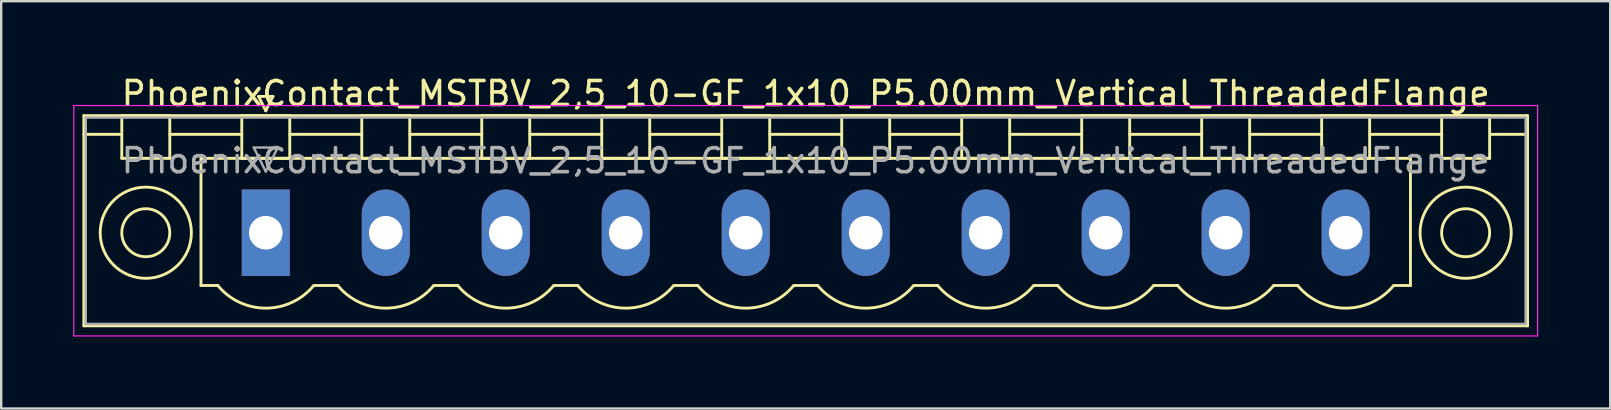
<source format=kicad_pcb>
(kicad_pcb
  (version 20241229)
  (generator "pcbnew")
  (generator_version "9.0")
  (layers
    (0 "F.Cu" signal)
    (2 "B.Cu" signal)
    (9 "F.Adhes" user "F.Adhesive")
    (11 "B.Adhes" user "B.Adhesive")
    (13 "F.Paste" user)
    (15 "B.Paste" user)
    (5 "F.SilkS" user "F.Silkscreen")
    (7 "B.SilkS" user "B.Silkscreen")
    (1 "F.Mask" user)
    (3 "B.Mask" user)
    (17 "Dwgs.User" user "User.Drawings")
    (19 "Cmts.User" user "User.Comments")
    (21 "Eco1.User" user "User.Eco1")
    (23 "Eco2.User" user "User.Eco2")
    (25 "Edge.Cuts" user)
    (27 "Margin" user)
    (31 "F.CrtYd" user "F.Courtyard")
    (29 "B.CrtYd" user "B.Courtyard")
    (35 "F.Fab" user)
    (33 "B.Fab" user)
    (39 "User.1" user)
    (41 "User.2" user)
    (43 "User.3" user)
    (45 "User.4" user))
  (footprint "PhoenixContact_MSTBV_2,5_10-GF_1x10_P5.00mm_Vertical_ThreadedFlange"
    (layer "F.Cu")
    (at 8.025 6.648)
    (property "Reference" "PhoenixContact_MSTBV_2,5_10-GF_1x10_P5.00mm_Vertical_ThreadedFlange" (at 22.5 -5.8 0) (layer "F.SilkS") (effects (font (size 1 1) (thickness 0.15))))
    (attr through_hole)
    (fp_line (start -7.58 -4.88) (end -7.58 3.88) (stroke (width 0.12) (type solid)) (layer "F.SilkS"))
    (fp_line (start -7.58 -4.1) (end -6.08 -4.1) (stroke (width 0.12) (type solid)) (layer "F.SilkS"))
    (fp_line (start -7.58 3.88) (end 52.58 3.88) (stroke (width 0.12) (type solid)) (layer "F.SilkS"))
    (fp_line (start -6 -4.88) (end -4 -4.88) (stroke (width 0.12) (type solid)) (layer "F.SilkS"))
    (fp_line (start -6 -3.1) (end -6 -4.88) (stroke (width 0.12) (type solid)) (layer "F.SilkS"))
    (fp_line (start -4 -4.88) (end -4 -3.1) (stroke (width 0.12) (type solid)) (layer "F.SilkS"))
    (fp_line (start -4 -4.1) (end -1 -4.1) (stroke (width 0.12) (type solid)) (layer "F.SilkS"))
    (fp_line (start -4 -3.1) (end -6 -3.1) (stroke (width 0.12) (type solid)) (layer "F.SilkS"))
    (fp_line (start -2.7 -3.1) (end 47.7 -3.1) (stroke (width 0.12) (type solid)) (layer "F.SilkS"))
    (fp_line (start -2.7 2.2) (end -2.7 -3.1) (stroke (width 0.12) (type solid)) (layer "F.SilkS"))
    (fp_line (start -2 2.2) (end -2.7 2.2) (stroke (width 0.12) (type solid)) (layer "F.SilkS"))
    (fp_line (start -1 -4.88) (end 1 -4.88) (stroke (width 0.12) (type solid)) (layer "F.SilkS"))
    (fp_line (start -1 -3.1) (end -1 -4.88) (stroke (width 0.12) (type solid)) (layer "F.SilkS"))
    (fp_line (start -0.3 -5.68) (end 0.3 -5.68) (stroke (width 0.12) (type solid)) (layer "F.SilkS"))
    (fp_line (start 0 -5.08) (end -0.3 -5.68) (stroke (width 0.12) (type solid)) (layer "F.SilkS"))
    (fp_line (start 0.3 -5.68) (end 0 -5.08) (stroke (width 0.12) (type solid)) (layer "F.SilkS"))
    (fp_line (start 1 -4.88) (end 1 -3.1) (stroke (width 0.12) (type solid)) (layer "F.SilkS"))
    (fp_line (start 1 -4.1) (end 4 -4.1) (stroke (width 0.12) (type solid)) (layer "F.SilkS"))
    (fp_line (start 1 -3.1) (end -1 -3.1) (stroke (width 0.12) (type solid)) (layer "F.SilkS"))
    (fp_line (start 2 2.2) (end 3 2.2) (stroke (width 0.12) (type solid)) (layer "F.SilkS"))
    (fp_line (start 4 -4.88) (end 6 -4.88) (stroke (width 0.12) (type solid)) (layer "F.SilkS"))
    (fp_line (start 4 -3.1) (end 4 -4.88) (stroke (width 0.12) (type solid)) (layer "F.SilkS"))
    (fp_line (start 6 -4.88) (end 6 -3.1) (stroke (width 0.12) (type solid)) (layer "F.SilkS"))
    (fp_line (start 6 -4.1) (end 9 -4.1) (stroke (width 0.12) (type solid)) (layer "F.SilkS"))
    (fp_line (start 6 -3.1) (end 4 -3.1) (stroke (width 0.12) (type solid)) (layer "F.SilkS"))
    (fp_line (start 7 2.2) (end 8 2.2) (stroke (width 0.12) (type solid)) (layer "F.SilkS"))
    (fp_line (start 9 -4.88) (end 11 -4.88) (stroke (width 0.12) (type solid)) (layer "F.SilkS"))
    (fp_line (start 9 -3.1) (end 9 -4.88) (stroke (width 0.12) (type solid)) (layer "F.SilkS"))
    (fp_line (start 11 -4.88) (end 11 -3.1) (stroke (width 0.12) (type solid)) (layer "F.SilkS"))
    (fp_line (start 11 -4.1) (end 14 -4.1) (stroke (width 0.12) (type solid)) (layer "F.SilkS"))
    (fp_line (start 11 -3.1) (end 9 -3.1) (stroke (width 0.12) (type solid)) (layer "F.SilkS"))
    (fp_line (start 12 2.2) (end 13 2.2) (stroke (width 0.12) (type solid)) (layer "F.SilkS"))
    (fp_line (start 14 -4.88) (end 16 -4.88) (stroke (width 0.12) (type solid)) (layer "F.SilkS"))
    (fp_line (start 14 -3.1) (end 14 -4.88) (stroke (width 0.12) (type solid)) (layer "F.SilkS"))
    (fp_line (start 16 -4.88) (end 16 -3.1) (stroke (width 0.12) (type solid)) (layer "F.SilkS"))
    (fp_line (start 16 -4.1) (end 19 -4.1) (stroke (width 0.12) (type solid)) (layer "F.SilkS"))
    (fp_line (start 16 -3.1) (end 14 -3.1) (stroke (width 0.12) (type solid)) (layer "F.SilkS"))
    (fp_line (start 17 2.2) (end 18 2.2) (stroke (width 0.12) (type solid)) (layer "F.SilkS"))
    (fp_line (start 19 -4.88) (end 21 -4.88) (stroke (width 0.12) (type solid)) (layer "F.SilkS"))
    (fp_line (start 19 -3.1) (end 19 -4.88) (stroke (width 0.12) (type solid)) (layer "F.SilkS"))
    (fp_line (start 21 -4.88) (end 21 -3.1) (stroke (width 0.12) (type solid)) (layer "F.SilkS"))
    (fp_line (start 21 -4.1) (end 24 -4.1) (stroke (width 0.12) (type solid)) (layer "F.SilkS"))
    (fp_line (start 21 -3.1) (end 19 -3.1) (stroke (width 0.12) (type solid)) (layer "F.SilkS"))
    (fp_line (start 22 2.2) (end 23 2.2) (stroke (width 0.12) (type solid)) (layer "F.SilkS"))
    (fp_line (start 24 -4.88) (end 26 -4.88) (stroke (width 0.12) (type solid)) (layer "F.SilkS"))
    (fp_line (start 24 -3.1) (end 24 -4.88) (stroke (width 0.12) (type solid)) (layer "F.SilkS"))
    (fp_line (start 26 -4.88) (end 26 -3.1) (stroke (width 0.12) (type solid)) (layer "F.SilkS"))
    (fp_line (start 26 -4.1) (end 29 -4.1) (stroke (width 0.12) (type solid)) (layer "F.SilkS"))
    (fp_line (start 26 -3.1) (end 24 -3.1) (stroke (width 0.12) (type solid)) (layer "F.SilkS"))
    (fp_line (start 27 2.2) (end 28 2.2) (stroke (width 0.12) (type solid)) (layer "F.SilkS"))
    (fp_line (start 29 -4.88) (end 31 -4.88) (stroke (width 0.12) (type solid)) (layer "F.SilkS"))
    (fp_line (start 29 -3.1) (end 29 -4.88) (stroke (width 0.12) (type solid)) (layer "F.SilkS"))
    (fp_line (start 31 -4.88) (end 31 -3.1) (stroke (width 0.12) (type solid)) (layer "F.SilkS"))
    (fp_line (start 31 -4.1) (end 34 -4.1) (stroke (width 0.12) (type solid)) (layer "F.SilkS"))
    (fp_line (start 31 -3.1) (end 29 -3.1) (stroke (width 0.12) (type solid)) (layer "F.SilkS"))
    (fp_line (start 32 2.2) (end 33 2.2) (stroke (width 0.12) (type solid)) (layer "F.SilkS"))
    (fp_line (start 34 -4.88) (end 36 -4.88) (stroke (width 0.12) (type solid)) (layer "F.SilkS"))
    (fp_line (start 34 -3.1) (end 34 -4.88) (stroke (width 0.12) (type solid)) (layer "F.SilkS"))
    (fp_line (start 36 -4.88) (end 36 -3.1) (stroke (width 0.12) (type solid)) (layer "F.SilkS"))
    (fp_line (start 36 -4.1) (end 39 -4.1) (stroke (width 0.12) (type solid)) (layer "F.SilkS"))
    (fp_line (start 36 -3.1) (end 34 -3.1) (stroke (width 0.12) (type solid)) (layer "F.SilkS"))
    (fp_line (start 37 2.2) (end 38 2.2) (stroke (width 0.12) (type solid)) (layer "F.SilkS"))
    (fp_line (start 39 -4.88) (end 41 -4.88) (stroke (width 0.12) (type solid)) (layer "F.SilkS"))
    (fp_line (start 39 -3.1) (end 39 -4.88) (stroke (width 0.12) (type solid)) (layer "F.SilkS"))
    (fp_line (start 41 -4.88) (end 41 -3.1) (stroke (width 0.12) (type solid)) (layer "F.SilkS"))
    (fp_line (start 41 -4.1) (end 44 -4.1) (stroke (width 0.12) (type solid)) (layer "F.SilkS"))
    (fp_line (start 41 -3.1) (end 39 -3.1) (stroke (width 0.12) (type solid)) (layer "F.SilkS"))
    (fp_line (start 42 2.2) (end 43 2.2) (stroke (width 0.12) (type solid)) (layer "F.SilkS"))
    (fp_line (start 44 -4.88) (end 46 -4.88) (stroke (width 0.12) (type solid)) (layer "F.SilkS"))
    (fp_line (start 44 -3.1) (end 44 -4.88) (stroke (width 0.12) (type solid)) (layer "F.SilkS"))
    (fp_line (start 46 -4.88) (end 46 -3.1) (stroke (width 0.12) (type solid)) (layer "F.SilkS"))
    (fp_line (start 46 -4.1) (end 49 -4.1) (stroke (width 0.12) (type solid)) (layer "F.SilkS"))
    (fp_line (start 46 -3.1) (end 44 -3.1) (stroke (width 0.12) (type solid)) (layer "F.SilkS"))
    (fp_line (start 47.7 -3.1) (end 47.7 2.2) (stroke (width 0.12) (type solid)) (layer "F.SilkS"))
    (fp_line (start 47.7 2.2) (end 47 2.2) (stroke (width 0.12) (type solid)) (layer "F.SilkS"))
    (fp_line (start 49 -4.88) (end 51 -4.88) (stroke (width 0.12) (type solid)) (layer "F.SilkS"))
    (fp_line (start 49 -3.1) (end 49 -4.88) (stroke (width 0.12) (type solid)) (layer "F.SilkS"))
    (fp_line (start 51 -4.88) (end 51 -3.1) (stroke (width 0.12) (type solid)) (layer "F.SilkS"))
    (fp_line (start 51 -3.1) (end 49 -3.1) (stroke (width 0.12) (type solid)) (layer "F.SilkS"))
    (fp_line (start 52.58 -4.88) (end -7.58 -4.88) (stroke (width 0.12) (type solid)) (layer "F.SilkS"))
    (fp_line (start 52.58 -4.1) (end 51.08 -4.1) (stroke (width 0.12) (type solid)) (layer "F.SilkS"))
    (fp_line (start 52.58 3.88) (end 52.58 -4.88) (stroke (width 0.12) (type solid)) (layer "F.SilkS"))
    (fp_arc (start 1.986842 2.215821) (mid -0.010289 3.142758) (end -2 2.2) (stroke (width 0.12) (type solid)) (layer "F.SilkS"))
    (fp_arc (start 6.986842 2.215821) (mid 4.989711 3.142758) (end 3 2.2) (stroke (width 0.12) (type solid)) (layer "F.SilkS"))
    (fp_arc (start 11.986842 2.215821) (mid 9.989711 3.142758) (end 8 2.2) (stroke (width 0.12) (type solid)) (layer "F.SilkS"))
    (fp_arc (start 16.986842 2.215821) (mid 14.989711 3.142758) (end 13 2.2) (stroke (width 0.12) (type solid)) (layer "F.SilkS"))
    (fp_arc (start 21.986842 2.215821) (mid 19.989711 3.142758) (end 18 2.2) (stroke (width 0.12) (type solid)) (layer "F.SilkS"))
    (fp_arc (start 26.986842 2.215821) (mid 24.989711 3.142758) (end 23 2.2) (stroke (width 0.12) (type solid)) (layer "F.SilkS"))
    (fp_arc (start 31.986842 2.215821) (mid 29.989711 3.142758) (end 28 2.2) (stroke (width 0.12) (type solid)) (layer "F.SilkS"))
    (fp_arc (start 36.986842 2.215821) (mid 34.989711 3.142758) (end 33 2.2) (stroke (width 0.12) (type solid)) (layer "F.SilkS"))
    (fp_arc (start 41.986842 2.215821) (mid 39.989711 3.142758) (end 38 2.2) (stroke (width 0.12) (type solid)) (layer "F.SilkS"))
    (fp_arc (start 46.986842 2.215821) (mid 44.989711 3.142758) (end 43 2.2) (stroke (width 0.12) (type solid)) (layer "F.SilkS"))
    (fp_circle (center -5 0) (end -4 0) (stroke (width 0.12) (type solid)) (fill no) (layer "F.SilkS"))
    (fp_circle (center -5 0) (end -3.1 0) (stroke (width 0.12) (type solid)) (fill no) (layer "F.SilkS"))
    (fp_circle (center 50 0) (end 51 0) (stroke (width 0.12) (type solid)) (fill no) (layer "F.SilkS"))
    (fp_circle (center 50 0) (end 51.9 0) (stroke (width 0.12) (type solid)) (fill no) (layer "F.SilkS"))
    (fp_line (start -8 -5.3) (end -8 4.3) (stroke (width 0.05) (type solid)) (layer "F.CrtYd"))
    (fp_line (start -8 4.3) (end 53 4.3) (stroke (width 0.05) (type solid)) (layer "F.CrtYd"))
    (fp_line (start 53 -5.3) (end -8 -5.3) (stroke (width 0.05) (type solid)) (layer "F.CrtYd"))
    (fp_line (start 53 4.3) (end 53 -5.3) (stroke (width 0.05) (type solid)) (layer "F.CrtYd"))
    (fp_line (start -7.5 -4.8) (end -7.5 3.8) (stroke (width 0.1) (type solid)) (layer "F.Fab"))
    (fp_line (start -7.5 3.8) (end 52.5 3.8) (stroke (width 0.1) (type solid)) (layer "F.Fab"))
    (fp_line (start -0.5 -3.55) (end 0.5 -3.55) (stroke (width 0.1) (type solid)) (layer "F.Fab"))
    (fp_line (start 0 -2.55) (end -0.5 -3.55) (stroke (width 0.1) (type solid)) (layer "F.Fab"))
    (fp_line (start 0.5 -3.55) (end 0 -2.55) (stroke (width 0.1) (type solid)) (layer "F.Fab"))
    (fp_line (start 52.5 -4.8) (end -7.5 -4.8) (stroke (width 0.1) (type solid)) (layer "F.Fab"))
    (fp_line (start 52.5 3.8) (end 52.5 -4.8) (stroke (width 0.1) (type solid)) (layer "F.Fab"))
    (fp_text user "${REFERENCE}" (at 22.5 -3 0) (layer "F.Fab") (effects (font (size 1 1) (thickness 0.15))))
    (pad "1" thru_hole rect (at 0 0) (size 2 3.6) (drill 1.4) (layers "*.Cu" "*.Mask"))
    (pad "2" thru_hole oval (at 5 0) (size 2 3.6) (drill 1.4) (layers "*.Cu" "*.Mask"))
    (pad "3" thru_hole oval (at 10 0) (size 2 3.6) (drill 1.4) (layers "*.Cu" "*.Mask"))
    (pad "4" thru_hole oval (at 15 0) (size 2 3.6) (drill 1.4) (layers "*.Cu" "*.Mask"))
    (pad "5" thru_hole oval (at 20 0) (size 2 3.6) (drill 1.4) (layers "*.Cu" "*.Mask"))
    (pad "6" thru_hole oval (at 25 0) (size 2 3.6) (drill 1.4) (layers "*.Cu" "*.Mask"))
    (pad "7" thru_hole oval (at 30 0) (size 2 3.6) (drill 1.4) (layers "*.Cu" "*.Mask"))
    (pad "8" thru_hole oval (at 35 0) (size 2 3.6) (drill 1.4) (layers "*.Cu" "*.Mask"))
    (pad "9" thru_hole oval (at 40 0) (size 2 3.6) (drill 1.4) (layers "*.Cu" "*.Mask"))
    (pad "10" thru_hole oval (at 45 0) (size 2 3.6) (drill 1.4) (layers "*.Cu" "*.Mask")))
  (gr_rect
    (start -3 -3)
    (end 64.05 13.973)
    (stroke (width 0.1) (type default))
    (fill no)
    (layer "Edge.Cuts")))
</source>
